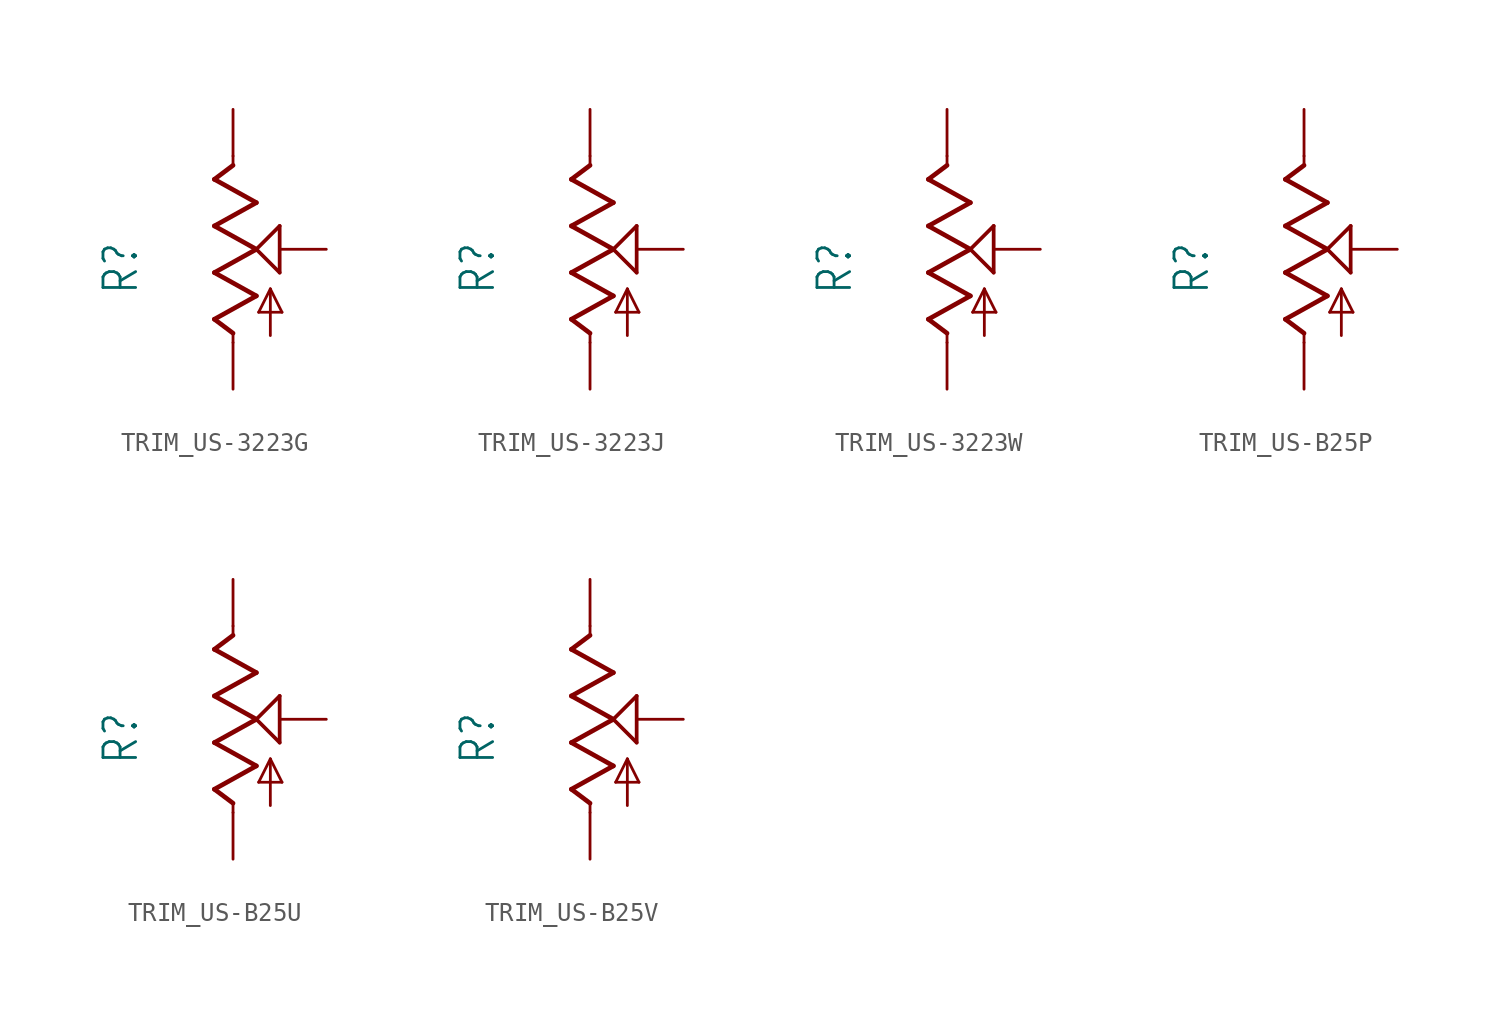
<source format=kicad_sym>
(kicad_symbol_lib
  (version 20241209)
  (generator "kicad_symbol_editor")
  (generator_version "9.0")
  (symbol "TRIM_US-3223G"
    (property "Reference" "R"
      (at -5.08 -2.54 90)
      (effects (font (size 1.778 1.511)) (justify left bottom)))
    (property "Value" ""
      (at -2.54 -2.54 90)
      (effects (font (size 1.778 1.511)) (justify left bottom)))
    (property "ki_locked" ""
      (at 0 0 0)
      (effects (font (size 1.27 1.27))))
    (symbol "TRIM_US-3223G_1_0"
      (polyline (pts (xy -1.016 3.81) (xy 0 4.572)) (stroke (width 0.254) (type solid)) (fill (type none)))
      (polyline (pts (xy -1.016 1.27) (xy 1.27 2.54)) (stroke (width 0.254) (type solid)) (fill (type none)))
      (polyline (pts (xy -1.016 -1.27) (xy 1.27 0)) (stroke (width 0.254) (type solid)) (fill (type none)))
      (polyline (pts (xy -1.016 -3.81) (xy 1.27 -2.54)) (stroke (width 0.254) (type solid)) (fill (type none)))
      (polyline (pts (xy 0 4.572) (xy 0 5.08)) (stroke (width 0.152) (type solid)) (fill (type none)))
      (polyline (pts (xy 0 -4.572) (xy -1.016 -3.81)) (stroke (width 0.254) (type solid)) (fill (type none)))
      (polyline (pts (xy 0 -5.08) (xy 0 -4.572)) (stroke (width 0.152) (type solid)) (fill (type none)))
      (polyline (pts (xy 1.27 2.54) (xy -1.016 3.81)) (stroke (width 0.254) (type solid)) (fill (type none)))
      (polyline (pts (xy 1.27 0) (xy -1.016 1.27)) (stroke (width 0.254) (type solid)) (fill (type none)))
      (polyline (pts (xy 1.27 0) (xy 2.54 1.27)) (stroke (width 0.203) (type solid)) (fill (type none)))
      (polyline (pts (xy 1.27 -2.54) (xy -1.016 -1.27)) (stroke (width 0.254) (type solid)) (fill (type none)))
      (polyline (pts (xy 1.397 -3.429) (xy 2.032 -2.159)) (stroke (width 0.152) (type solid)) (fill (type none)))
      (polyline (pts (xy 2.032 -2.159) (xy 2.667 -3.429)) (stroke (width 0.152) (type solid)) (fill (type none)))
      (polyline (pts (xy 2.032 -4.699) (xy 2.032 -2.159)) (stroke (width 0.152) (type solid)) (fill (type none)))
      (polyline (pts (xy 2.54 1.27) (xy 2.54 -1.27)) (stroke (width 0.203) (type solid)) (fill (type none)))
      (polyline (pts (xy 2.54 -1.27) (xy 1.27 0)) (stroke (width 0.203) (type solid)) (fill (type none)))
      (polyline (pts (xy 2.667 -3.429) (xy 1.397 -3.429)) (stroke (width 0.152) (type solid)) (fill (type none)))
      (pin passive line (at 0 7.62 270) (length 2.54) (name "E" (effects (font (size 0 0)))) (number "3" (effects (font (size 0 0)))))
      (pin passive line (at 0 -7.62 90) (length 2.54) (name "A" (effects (font (size 0 0)))) (number "1" (effects (font (size 0 0)))))
      (pin passive line (at 5.08 0 180) (length 2.54) (name "S" (effects (font (size 0 0)))) (number "2" (effects (font (size 0 0)))))))
  (symbol "TRIM_US-3223J"
    (property "Reference" "R"
      (at -5.08 -2.54 90)
      (effects (font (size 1.778 1.511)) (justify left bottom)))
    (property "Value" ""
      (at -2.54 -2.54 90)
      (effects (font (size 1.778 1.511)) (justify left bottom)))
    (property "ki_locked" ""
      (at 0 0 0)
      (effects (font (size 1.27 1.27))))
    (symbol "TRIM_US-3223J_1_0"
      (polyline (pts (xy -1.016 3.81) (xy 0 4.572)) (stroke (width 0.254) (type solid)) (fill (type none)))
      (polyline (pts (xy -1.016 1.27) (xy 1.27 2.54)) (stroke (width 0.254) (type solid)) (fill (type none)))
      (polyline (pts (xy -1.016 -1.27) (xy 1.27 0)) (stroke (width 0.254) (type solid)) (fill (type none)))
      (polyline (pts (xy -1.016 -3.81) (xy 1.27 -2.54)) (stroke (width 0.254) (type solid)) (fill (type none)))
      (polyline (pts (xy 0 4.572) (xy 0 5.08)) (stroke (width 0.152) (type solid)) (fill (type none)))
      (polyline (pts (xy 0 -4.572) (xy -1.016 -3.81)) (stroke (width 0.254) (type solid)) (fill (type none)))
      (polyline (pts (xy 0 -5.08) (xy 0 -4.572)) (stroke (width 0.152) (type solid)) (fill (type none)))
      (polyline (pts (xy 1.27 2.54) (xy -1.016 3.81)) (stroke (width 0.254) (type solid)) (fill (type none)))
      (polyline (pts (xy 1.27 0) (xy -1.016 1.27)) (stroke (width 0.254) (type solid)) (fill (type none)))
      (polyline (pts (xy 1.27 0) (xy 2.54 1.27)) (stroke (width 0.203) (type solid)) (fill (type none)))
      (polyline (pts (xy 1.27 -2.54) (xy -1.016 -1.27)) (stroke (width 0.254) (type solid)) (fill (type none)))
      (polyline (pts (xy 1.397 -3.429) (xy 2.032 -2.159)) (stroke (width 0.152) (type solid)) (fill (type none)))
      (polyline (pts (xy 2.032 -2.159) (xy 2.667 -3.429)) (stroke (width 0.152) (type solid)) (fill (type none)))
      (polyline (pts (xy 2.032 -4.699) (xy 2.032 -2.159)) (stroke (width 0.152) (type solid)) (fill (type none)))
      (polyline (pts (xy 2.54 1.27) (xy 2.54 -1.27)) (stroke (width 0.203) (type solid)) (fill (type none)))
      (polyline (pts (xy 2.54 -1.27) (xy 1.27 0)) (stroke (width 0.203) (type solid)) (fill (type none)))
      (polyline (pts (xy 2.667 -3.429) (xy 1.397 -3.429)) (stroke (width 0.152) (type solid)) (fill (type none)))
      (pin passive line (at 0 7.62 270) (length 2.54) (name "E" (effects (font (size 0 0)))) (number "3" (effects (font (size 0 0)))))
      (pin passive line (at 0 -7.62 90) (length 2.54) (name "A" (effects (font (size 0 0)))) (number "1" (effects (font (size 0 0)))))
      (pin passive line (at 5.08 0 180) (length 2.54) (name "S" (effects (font (size 0 0)))) (number "2" (effects (font (size 0 0)))))))
  (symbol "TRIM_US-3223W"
    (property "Reference" "R"
      (at -5.08 -2.54 90)
      (effects (font (size 1.778 1.511)) (justify left bottom)))
    (property "Value" ""
      (at -2.54 -2.54 90)
      (effects (font (size 1.778 1.511)) (justify left bottom)))
    (property "ki_locked" ""
      (at 0 0 0)
      (effects (font (size 1.27 1.27))))
    (symbol "TRIM_US-3223W_1_0"
      (polyline (pts (xy -1.016 3.81) (xy 0 4.572)) (stroke (width 0.254) (type solid)) (fill (type none)))
      (polyline (pts (xy -1.016 1.27) (xy 1.27 2.54)) (stroke (width 0.254) (type solid)) (fill (type none)))
      (polyline (pts (xy -1.016 -1.27) (xy 1.27 0)) (stroke (width 0.254) (type solid)) (fill (type none)))
      (polyline (pts (xy -1.016 -3.81) (xy 1.27 -2.54)) (stroke (width 0.254) (type solid)) (fill (type none)))
      (polyline (pts (xy 0 4.572) (xy 0 5.08)) (stroke (width 0.152) (type solid)) (fill (type none)))
      (polyline (pts (xy 0 -4.572) (xy -1.016 -3.81)) (stroke (width 0.254) (type solid)) (fill (type none)))
      (polyline (pts (xy 0 -5.08) (xy 0 -4.572)) (stroke (width 0.152) (type solid)) (fill (type none)))
      (polyline (pts (xy 1.27 2.54) (xy -1.016 3.81)) (stroke (width 0.254) (type solid)) (fill (type none)))
      (polyline (pts (xy 1.27 0) (xy -1.016 1.27)) (stroke (width 0.254) (type solid)) (fill (type none)))
      (polyline (pts (xy 1.27 0) (xy 2.54 1.27)) (stroke (width 0.203) (type solid)) (fill (type none)))
      (polyline (pts (xy 1.27 -2.54) (xy -1.016 -1.27)) (stroke (width 0.254) (type solid)) (fill (type none)))
      (polyline (pts (xy 1.397 -3.429) (xy 2.032 -2.159)) (stroke (width 0.152) (type solid)) (fill (type none)))
      (polyline (pts (xy 2.032 -2.159) (xy 2.667 -3.429)) (stroke (width 0.152) (type solid)) (fill (type none)))
      (polyline (pts (xy 2.032 -4.699) (xy 2.032 -2.159)) (stroke (width 0.152) (type solid)) (fill (type none)))
      (polyline (pts (xy 2.54 1.27) (xy 2.54 -1.27)) (stroke (width 0.203) (type solid)) (fill (type none)))
      (polyline (pts (xy 2.54 -1.27) (xy 1.27 0)) (stroke (width 0.203) (type solid)) (fill (type none)))
      (polyline (pts (xy 2.667 -3.429) (xy 1.397 -3.429)) (stroke (width 0.152) (type solid)) (fill (type none)))
      (pin passive line (at 0 7.62 270) (length 2.54) (name "E" (effects (font (size 0 0)))) (number "3" (effects (font (size 0 0)))))
      (pin passive line (at 0 -7.62 90) (length 2.54) (name "A" (effects (font (size 0 0)))) (number "1" (effects (font (size 0 0)))))
      (pin passive line (at 5.08 0 180) (length 2.54) (name "S" (effects (font (size 0 0)))) (number "2" (effects (font (size 0 0)))))))
  (symbol "TRIM_US-B25P"
    (property "Reference" "R"
      (at -5.08 -2.54 90)
      (effects (font (size 1.778 1.511)) (justify left bottom)))
    (property "Value" ""
      (at -2.54 -2.54 90)
      (effects (font (size 1.778 1.511)) (justify left bottom)))
    (property "ki_locked" ""
      (at 0 0 0)
      (effects (font (size 1.27 1.27))))
    (symbol "TRIM_US-B25P_1_0"
      (polyline (pts (xy -1.016 3.81) (xy 0 4.572)) (stroke (width 0.254) (type solid)) (fill (type none)))
      (polyline (pts (xy -1.016 1.27) (xy 1.27 2.54)) (stroke (width 0.254) (type solid)) (fill (type none)))
      (polyline (pts (xy -1.016 -1.27) (xy 1.27 0)) (stroke (width 0.254) (type solid)) (fill (type none)))
      (polyline (pts (xy -1.016 -3.81) (xy 1.27 -2.54)) (stroke (width 0.254) (type solid)) (fill (type none)))
      (polyline (pts (xy 0 4.572) (xy 0 5.08)) (stroke (width 0.152) (type solid)) (fill (type none)))
      (polyline (pts (xy 0 -4.572) (xy -1.016 -3.81)) (stroke (width 0.254) (type solid)) (fill (type none)))
      (polyline (pts (xy 0 -5.08) (xy 0 -4.572)) (stroke (width 0.152) (type solid)) (fill (type none)))
      (polyline (pts (xy 1.27 2.54) (xy -1.016 3.81)) (stroke (width 0.254) (type solid)) (fill (type none)))
      (polyline (pts (xy 1.27 0) (xy -1.016 1.27)) (stroke (width 0.254) (type solid)) (fill (type none)))
      (polyline (pts (xy 1.27 0) (xy 2.54 1.27)) (stroke (width 0.203) (type solid)) (fill (type none)))
      (polyline (pts (xy 1.27 -2.54) (xy -1.016 -1.27)) (stroke (width 0.254) (type solid)) (fill (type none)))
      (polyline (pts (xy 1.397 -3.429) (xy 2.032 -2.159)) (stroke (width 0.152) (type solid)) (fill (type none)))
      (polyline (pts (xy 2.032 -2.159) (xy 2.667 -3.429)) (stroke (width 0.152) (type solid)) (fill (type none)))
      (polyline (pts (xy 2.032 -4.699) (xy 2.032 -2.159)) (stroke (width 0.152) (type solid)) (fill (type none)))
      (polyline (pts (xy 2.54 1.27) (xy 2.54 -1.27)) (stroke (width 0.203) (type solid)) (fill (type none)))
      (polyline (pts (xy 2.54 -1.27) (xy 1.27 0)) (stroke (width 0.203) (type solid)) (fill (type none)))
      (polyline (pts (xy 2.667 -3.429) (xy 1.397 -3.429)) (stroke (width 0.152) (type solid)) (fill (type none)))
      (pin passive line (at 0 7.62 270) (length 2.54) (name "E" (effects (font (size 0 0)))) (number "E" (effects (font (size 0 0)))))
      (pin passive line (at 0 -7.62 90) (length 2.54) (name "A" (effects (font (size 0 0)))) (number "A" (effects (font (size 0 0)))))
      (pin passive line (at 5.08 0 180) (length 2.54) (name "S" (effects (font (size 0 0)))) (number "S" (effects (font (size 0 0)))))))
  (symbol "TRIM_US-B25U"
    (property "Reference" "R"
      (at -5.08 -2.54 90)
      (effects (font (size 1.778 1.511)) (justify left bottom)))
    (property "Value" ""
      (at -2.54 -2.54 90)
      (effects (font (size 1.778 1.511)) (justify left bottom)))
    (property "ki_locked" ""
      (at 0 0 0)
      (effects (font (size 1.27 1.27))))
    (symbol "TRIM_US-B25U_1_0"
      (polyline (pts (xy -1.016 3.81) (xy 0 4.572)) (stroke (width 0.254) (type solid)) (fill (type none)))
      (polyline (pts (xy -1.016 1.27) (xy 1.27 2.54)) (stroke (width 0.254) (type solid)) (fill (type none)))
      (polyline (pts (xy -1.016 -1.27) (xy 1.27 0)) (stroke (width 0.254) (type solid)) (fill (type none)))
      (polyline (pts (xy -1.016 -3.81) (xy 1.27 -2.54)) (stroke (width 0.254) (type solid)) (fill (type none)))
      (polyline (pts (xy 0 4.572) (xy 0 5.08)) (stroke (width 0.152) (type solid)) (fill (type none)))
      (polyline (pts (xy 0 -4.572) (xy -1.016 -3.81)) (stroke (width 0.254) (type solid)) (fill (type none)))
      (polyline (pts (xy 0 -5.08) (xy 0 -4.572)) (stroke (width 0.152) (type solid)) (fill (type none)))
      (polyline (pts (xy 1.27 2.54) (xy -1.016 3.81)) (stroke (width 0.254) (type solid)) (fill (type none)))
      (polyline (pts (xy 1.27 0) (xy -1.016 1.27)) (stroke (width 0.254) (type solid)) (fill (type none)))
      (polyline (pts (xy 1.27 0) (xy 2.54 1.27)) (stroke (width 0.203) (type solid)) (fill (type none)))
      (polyline (pts (xy 1.27 -2.54) (xy -1.016 -1.27)) (stroke (width 0.254) (type solid)) (fill (type none)))
      (polyline (pts (xy 1.397 -3.429) (xy 2.032 -2.159)) (stroke (width 0.152) (type solid)) (fill (type none)))
      (polyline (pts (xy 2.032 -2.159) (xy 2.667 -3.429)) (stroke (width 0.152) (type solid)) (fill (type none)))
      (polyline (pts (xy 2.032 -4.699) (xy 2.032 -2.159)) (stroke (width 0.152) (type solid)) (fill (type none)))
      (polyline (pts (xy 2.54 1.27) (xy 2.54 -1.27)) (stroke (width 0.203) (type solid)) (fill (type none)))
      (polyline (pts (xy 2.54 -1.27) (xy 1.27 0)) (stroke (width 0.203) (type solid)) (fill (type none)))
      (polyline (pts (xy 2.667 -3.429) (xy 1.397 -3.429)) (stroke (width 0.152) (type solid)) (fill (type none)))
      (pin passive line (at 0 7.62 270) (length 2.54) (name "E" (effects (font (size 0 0)))) (number "E" (effects (font (size 0 0)))))
      (pin passive line (at 0 -7.62 90) (length 2.54) (name "A" (effects (font (size 0 0)))) (number "A" (effects (font (size 0 0)))))
      (pin passive line (at 5.08 0 180) (length 2.54) (name "S" (effects (font (size 0 0)))) (number "S" (effects (font (size 0 0)))))))
  (symbol "TRIM_US-B25V"
    (property "Reference" "R"
      (at -5.08 -2.54 90)
      (effects (font (size 1.778 1.511)) (justify left bottom)))
    (property "Value" ""
      (at -2.54 -2.54 90)
      (effects (font (size 1.778 1.511)) (justify left bottom)))
    (property "ki_locked" ""
      (at 0 0 0)
      (effects (font (size 1.27 1.27))))
    (symbol "TRIM_US-B25V_1_0"
      (polyline (pts (xy -1.016 3.81) (xy 0 4.572)) (stroke (width 0.254) (type solid)) (fill (type none)))
      (polyline (pts (xy -1.016 1.27) (xy 1.27 2.54)) (stroke (width 0.254) (type solid)) (fill (type none)))
      (polyline (pts (xy -1.016 -1.27) (xy 1.27 0)) (stroke (width 0.254) (type solid)) (fill (type none)))
      (polyline (pts (xy -1.016 -3.81) (xy 1.27 -2.54)) (stroke (width 0.254) (type solid)) (fill (type none)))
      (polyline (pts (xy 0 4.572) (xy 0 5.08)) (stroke (width 0.152) (type solid)) (fill (type none)))
      (polyline (pts (xy 0 -4.572) (xy -1.016 -3.81)) (stroke (width 0.254) (type solid)) (fill (type none)))
      (polyline (pts (xy 0 -5.08) (xy 0 -4.572)) (stroke (width 0.152) (type solid)) (fill (type none)))
      (polyline (pts (xy 1.27 2.54) (xy -1.016 3.81)) (stroke (width 0.254) (type solid)) (fill (type none)))
      (polyline (pts (xy 1.27 0) (xy -1.016 1.27)) (stroke (width 0.254) (type solid)) (fill (type none)))
      (polyline (pts (xy 1.27 0) (xy 2.54 1.27)) (stroke (width 0.203) (type solid)) (fill (type none)))
      (polyline (pts (xy 1.27 -2.54) (xy -1.016 -1.27)) (stroke (width 0.254) (type solid)) (fill (type none)))
      (polyline (pts (xy 1.397 -3.429) (xy 2.032 -2.159)) (stroke (width 0.152) (type solid)) (fill (type none)))
      (polyline (pts (xy 2.032 -2.159) (xy 2.667 -3.429)) (stroke (width 0.152) (type solid)) (fill (type none)))
      (polyline (pts (xy 2.032 -4.699) (xy 2.032 -2.159)) (stroke (width 0.152) (type solid)) (fill (type none)))
      (polyline (pts (xy 2.54 1.27) (xy 2.54 -1.27)) (stroke (width 0.203) (type solid)) (fill (type none)))
      (polyline (pts (xy 2.54 -1.27) (xy 1.27 0)) (stroke (width 0.203) (type solid)) (fill (type none)))
      (polyline (pts (xy 2.667 -3.429) (xy 1.397 -3.429)) (stroke (width 0.152) (type solid)) (fill (type none)))
      (pin passive line (at 0 7.62 270) (length 2.54) (name "E" (effects (font (size 0 0)))) (number "E" (effects (font (size 0 0)))))
      (pin passive line (at 0 -7.62 90) (length 2.54) (name "A" (effects (font (size 0 0)))) (number "A" (effects (font (size 0 0)))))
      (pin passive line (at 5.08 0 180) (length 2.54) (name "S" (effects (font (size 0 0)))) (number "S" (effects (font (size 0 0))))))))
</source>
